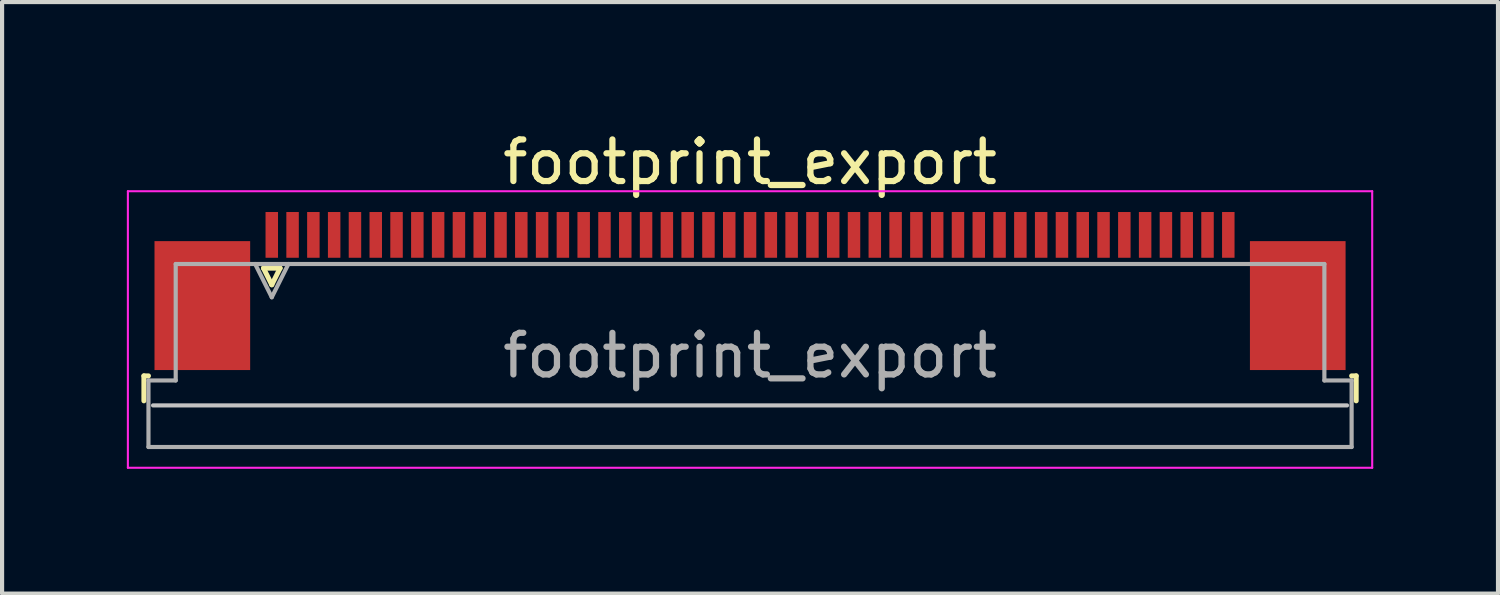
<source format=kicad_pcb>
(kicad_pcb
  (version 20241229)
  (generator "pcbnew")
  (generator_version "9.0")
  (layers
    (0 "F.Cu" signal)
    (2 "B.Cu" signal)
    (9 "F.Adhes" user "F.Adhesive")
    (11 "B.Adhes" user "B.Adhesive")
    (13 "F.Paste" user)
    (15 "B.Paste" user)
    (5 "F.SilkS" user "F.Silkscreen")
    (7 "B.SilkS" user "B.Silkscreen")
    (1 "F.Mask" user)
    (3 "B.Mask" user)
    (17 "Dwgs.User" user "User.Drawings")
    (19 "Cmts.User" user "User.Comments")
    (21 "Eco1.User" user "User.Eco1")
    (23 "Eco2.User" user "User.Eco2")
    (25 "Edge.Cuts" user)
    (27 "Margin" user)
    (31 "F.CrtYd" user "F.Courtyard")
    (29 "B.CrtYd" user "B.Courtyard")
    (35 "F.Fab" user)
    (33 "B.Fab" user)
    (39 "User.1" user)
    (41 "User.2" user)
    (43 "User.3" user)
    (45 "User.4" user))
  (footprint "footprint_export"
    (layer "F.Cu")
    (at 14.985 3.948)
    (property "Reference" "footprint_export" (at 0 -3.1 0) (layer "F.SilkS") (effects (font (size 1 1) (thickness 0.15))))
    (attr smd)
    (fp_line (start -14.575 2.04) (end -14.575 2.64) (stroke (width 0.12) (type solid)) (layer "F.SilkS"))
    (fp_line (start -14.465 2.04) (end -14.575 2.04) (stroke (width 0.12) (type solid)) (layer "F.SilkS"))
    (fp_line (start -11.7 -0.55) (end -11.5 -0.15) (stroke (width 0.12) (type solid)) (layer "F.SilkS"))
    (fp_line (start -11.5 -0.15) (end -11.3 -0.55) (stroke (width 0.12) (type solid)) (layer "F.SilkS"))
    (fp_line (start -11.3 -0.55) (end -11.7 -0.55) (stroke (width 0.12) (type solid)) (layer "F.SilkS"))
    (fp_line (start 14.465 2.04) (end 14.575 2.04) (stroke (width 0.12) (type solid)) (layer "F.SilkS"))
    (fp_line (start 14.575 2.04) (end 14.575 2.64) (stroke (width 0.12) (type solid)) (layer "F.SilkS"))
    (fp_line (start 14.355 2.75) (end -14.355 2.75) (stroke (width 0.1) (type solid)) (layer "Dwgs.User"))
    (fp_line (start -14.96 -2.4) (end -14.96 4.25) (stroke (width 0.05) (type solid)) (layer "F.CrtYd"))
    (fp_line (start -14.96 4.25) (end 14.96 4.25) (stroke (width 0.05) (type solid)) (layer "F.CrtYd"))
    (fp_line (start 14.96 -2.4) (end -14.96 -2.4) (stroke (width 0.05) (type solid)) (layer "F.CrtYd"))
    (fp_line (start 14.96 4.25) (end 14.96 -2.4) (stroke (width 0.05) (type solid)) (layer "F.CrtYd"))
    (fp_line (start -14.465 2.15) (end -13.81 2.15) (stroke (width 0.1) (type solid)) (layer "F.Fab"))
    (fp_line (start -14.465 3.75) (end -14.465 2.15) (stroke (width 0.1) (type solid)) (layer "F.Fab"))
    (fp_line (start -13.81 -0.65) (end 13.81 -0.65) (stroke (width 0.1) (type solid)) (layer "F.Fab"))
    (fp_line (start -13.81 2.15) (end -13.81 -0.65) (stroke (width 0.1) (type solid)) (layer "F.Fab"))
    (fp_line (start -11.9 -0.65) (end -11.5 0.15) (stroke (width 0.1) (type solid)) (layer "F.Fab"))
    (fp_line (start -11.5 0.15) (end -11.1 -0.65) (stroke (width 0.1) (type solid)) (layer "F.Fab"))
    (fp_line (start 13.81 -0.65) (end 13.81 2.15) (stroke (width 0.1) (type solid)) (layer "F.Fab"))
    (fp_line (start 13.81 2.15) (end 14.465 2.15) (stroke (width 0.1) (type solid)) (layer "F.Fab"))
    (fp_line (start 14.465 2.15) (end 14.465 3.75) (stroke (width 0.1) (type solid)) (layer "F.Fab"))
    (fp_line (start 14.465 3.75) (end -14.465 3.75) (stroke (width 0.1) (type solid)) (layer "F.Fab"))
    (fp_text user "${REFERENCE}" (at 0 1.55 0) (layer "F.Fab") (effects (font (size 1 1) (thickness 0.15))))
    (pad "1" smd rect (at -11.5 -1.35) (size 0.3 1.1) (layers "F.Cu" "F.Mask" "F.Paste"))
    (pad "2" smd rect (at -11 -1.35) (size 0.3 1.1) (layers "F.Cu" "F.Mask" "F.Paste"))
    (pad "3" smd rect (at -10.5 -1.35) (size 0.3 1.1) (layers "F.Cu" "F.Mask" "F.Paste"))
    (pad "4" smd rect (at -10 -1.35) (size 0.3 1.1) (layers "F.Cu" "F.Mask" "F.Paste"))
    (pad "5" smd rect (at -9.5 -1.35) (size 0.3 1.1) (layers "F.Cu" "F.Mask" "F.Paste"))
    (pad "6" smd rect (at -9 -1.35) (size 0.3 1.1) (layers "F.Cu" "F.Mask" "F.Paste"))
    (pad "7" smd rect (at -8.5 -1.35) (size 0.3 1.1) (layers "F.Cu" "F.Mask" "F.Paste"))
    (pad "8" smd rect (at -8 -1.35) (size 0.3 1.1) (layers "F.Cu" "F.Mask" "F.Paste"))
    (pad "9" smd rect (at -7.5 -1.35) (size 0.3 1.1) (layers "F.Cu" "F.Mask" "F.Paste"))
    (pad "10" smd rect (at -7 -1.35) (size 0.3 1.1) (layers "F.Cu" "F.Mask" "F.Paste"))
    (pad "11" smd rect (at -6.5 -1.35) (size 0.3 1.1) (layers "F.Cu" "F.Mask" "F.Paste"))
    (pad "12" smd rect (at -6 -1.35) (size 0.3 1.1) (layers "F.Cu" "F.Mask" "F.Paste"))
    (pad "13" smd rect (at -5.5 -1.35) (size 0.3 1.1) (layers "F.Cu" "F.Mask" "F.Paste"))
    (pad "14" smd rect (at -5 -1.35) (size 0.3 1.1) (layers "F.Cu" "F.Mask" "F.Paste"))
    (pad "15" smd rect (at -4.5 -1.35) (size 0.3 1.1) (layers "F.Cu" "F.Mask" "F.Paste"))
    (pad "16" smd rect (at -4 -1.35) (size 0.3 1.1) (layers "F.Cu" "F.Mask" "F.Paste"))
    (pad "17" smd rect (at -3.5 -1.35) (size 0.3 1.1) (layers "F.Cu" "F.Mask" "F.Paste"))
    (pad "18" smd rect (at -3 -1.35) (size 0.3 1.1) (layers "F.Cu" "F.Mask" "F.Paste"))
    (pad "19" smd rect (at -2.5 -1.35) (size 0.3 1.1) (layers "F.Cu" "F.Mask" "F.Paste"))
    (pad "20" smd rect (at -2 -1.35) (size 0.3 1.1) (layers "F.Cu" "F.Mask" "F.Paste"))
    (pad "21" smd rect (at -1.5 -1.35) (size 0.3 1.1) (layers "F.Cu" "F.Mask" "F.Paste"))
    (pad "22" smd rect (at -1 -1.35) (size 0.3 1.1) (layers "F.Cu" "F.Mask" "F.Paste"))
    (pad "23" smd rect (at -0.5 -1.35) (size 0.3 1.1) (layers "F.Cu" "F.Mask" "F.Paste"))
    (pad "24" smd rect (at 0 -1.35) (size 0.3 1.1) (layers "F.Cu" "F.Mask" "F.Paste"))
    (pad "25" smd rect (at 0.5 -1.35) (size 0.3 1.1) (layers "F.Cu" "F.Mask" "F.Paste"))
    (pad "26" smd rect (at 1 -1.35) (size 0.3 1.1) (layers "F.Cu" "F.Mask" "F.Paste"))
    (pad "27" smd rect (at 1.5 -1.35) (size 0.3 1.1) (layers "F.Cu" "F.Mask" "F.Paste"))
    (pad "28" smd rect (at 2 -1.35) (size 0.3 1.1) (layers "F.Cu" "F.Mask" "F.Paste"))
    (pad "29" smd rect (at 2.5 -1.35) (size 0.3 1.1) (layers "F.Cu" "F.Mask" "F.Paste"))
    (pad "30" smd rect (at 3 -1.35) (size 0.3 1.1) (layers "F.Cu" "F.Mask" "F.Paste"))
    (pad "31" smd rect (at 3.5 -1.35) (size 0.3 1.1) (layers "F.Cu" "F.Mask" "F.Paste"))
    (pad "32" smd rect (at 4 -1.35) (size 0.3 1.1) (layers "F.Cu" "F.Mask" "F.Paste"))
    (pad "33" smd rect (at 4.5 -1.35) (size 0.3 1.1) (layers "F.Cu" "F.Mask" "F.Paste"))
    (pad "34" smd rect (at 5 -1.35) (size 0.3 1.1) (layers "F.Cu" "F.Mask" "F.Paste"))
    (pad "35" smd rect (at 5.5 -1.35) (size 0.3 1.1) (layers "F.Cu" "F.Mask" "F.Paste"))
    (pad "36" smd rect (at 6 -1.35) (size 0.3 1.1) (layers "F.Cu" "F.Mask" "F.Paste"))
    (pad "37" smd rect (at 6.5 -1.35) (size 0.3 1.1) (layers "F.Cu" "F.Mask" "F.Paste"))
    (pad "38" smd rect (at 7 -1.35) (size 0.3 1.1) (layers "F.Cu" "F.Mask" "F.Paste"))
    (pad "39" smd rect (at 7.5 -1.35) (size 0.3 1.1) (layers "F.Cu" "F.Mask" "F.Paste"))
    (pad "40" smd rect (at 8 -1.35) (size 0.3 1.1) (layers "F.Cu" "F.Mask" "F.Paste"))
    (pad "41" smd rect (at 8.5 -1.35) (size 0.3 1.1) (layers "F.Cu" "F.Mask" "F.Paste"))
    (pad "42" smd rect (at 9 -1.35) (size 0.3 1.1) (layers "F.Cu" "F.Mask" "F.Paste"))
    (pad "43" smd rect (at 9.5 -1.35) (size 0.3 1.1) (layers "F.Cu" "F.Mask" "F.Paste"))
    (pad "44" smd rect (at 10 -1.35) (size 0.3 1.1) (layers "F.Cu" "F.Mask" "F.Paste"))
    (pad "45" smd rect (at 10.5 -1.35) (size 0.3 1.1) (layers "F.Cu" "F.Mask" "F.Paste"))
    (pad "46" smd rect (at 11 -1.35) (size 0.3 1.1) (layers "F.Cu" "F.Mask" "F.Paste"))
    (pad "47" smd rect (at 11.5 -1.35) (size 0.3 1.1) (layers "F.Cu" "F.Mask" "F.Paste"))
    (pad "MP" smd rect (at -13.17 0.35) (size 2.3 3.1) (layers "F.Cu" "F.Mask" "F.Paste"))
    (pad "MP" smd rect (at 13.17 0.35) (size 2.3 3.1) (layers "F.Cu" "F.Mask" "F.Paste")))
  (gr_rect
    (start -3 -3)
    (end 32.97 11.223)
    (stroke (width 0.1) (type default))
    (fill no)
    (layer "Edge.Cuts")))
</source>
